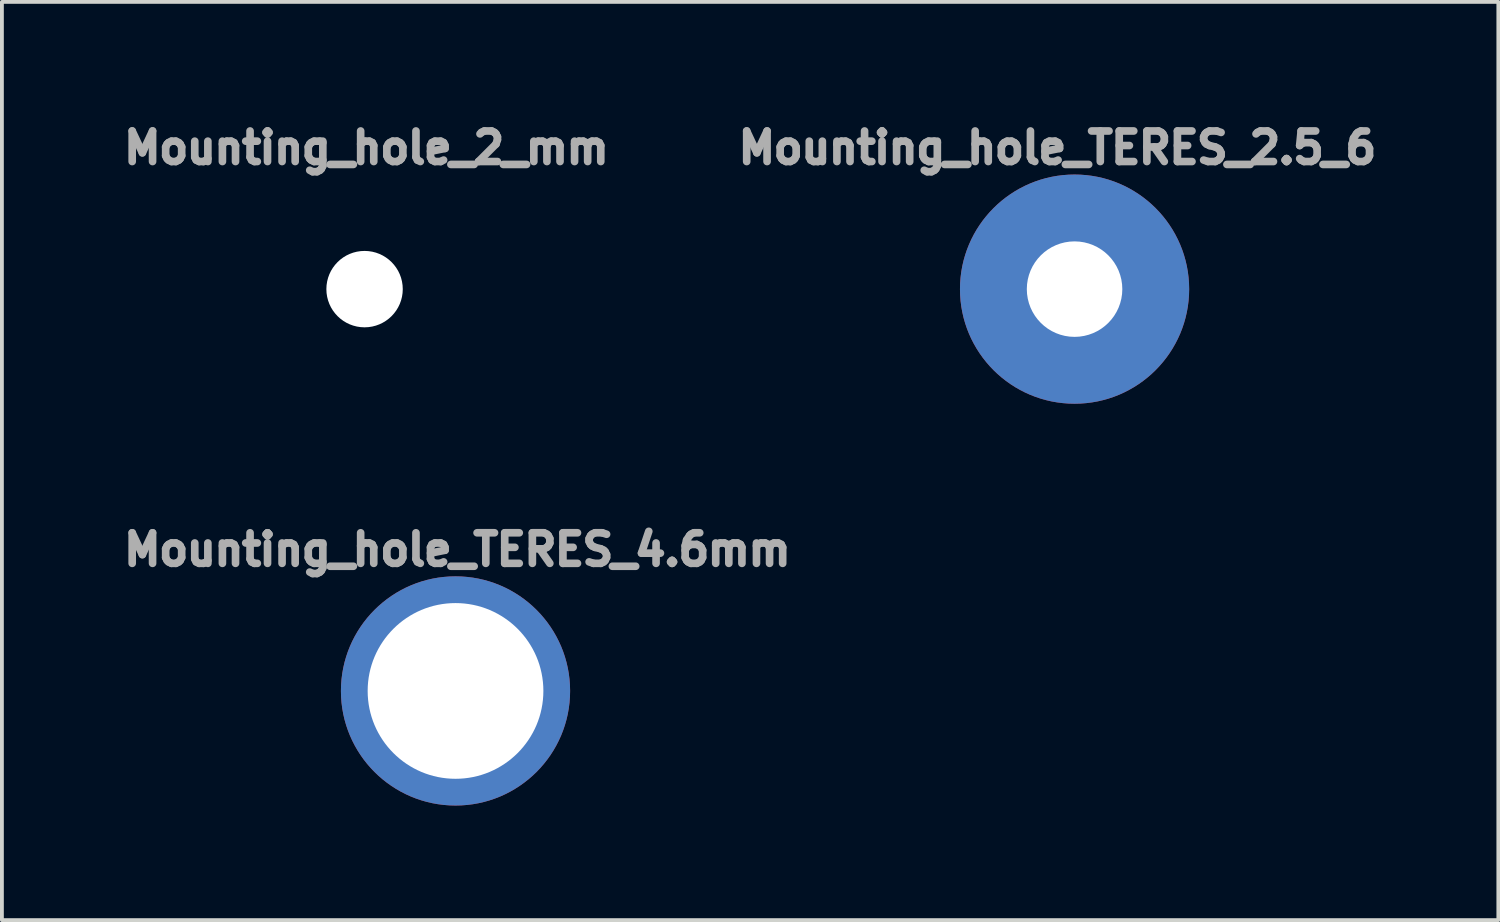
<source format=kicad_pcb>
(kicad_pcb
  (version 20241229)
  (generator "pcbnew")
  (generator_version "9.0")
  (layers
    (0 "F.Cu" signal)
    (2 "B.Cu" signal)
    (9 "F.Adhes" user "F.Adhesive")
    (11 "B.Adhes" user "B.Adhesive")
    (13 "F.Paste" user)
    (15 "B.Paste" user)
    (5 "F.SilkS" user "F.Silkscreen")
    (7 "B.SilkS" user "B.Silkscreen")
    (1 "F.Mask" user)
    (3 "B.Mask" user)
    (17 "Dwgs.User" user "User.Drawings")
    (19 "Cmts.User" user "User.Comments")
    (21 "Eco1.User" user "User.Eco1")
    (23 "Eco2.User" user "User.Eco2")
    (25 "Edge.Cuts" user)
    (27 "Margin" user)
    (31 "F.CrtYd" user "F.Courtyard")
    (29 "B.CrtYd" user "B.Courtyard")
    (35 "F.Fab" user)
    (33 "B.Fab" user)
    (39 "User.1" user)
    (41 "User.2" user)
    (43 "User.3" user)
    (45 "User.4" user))
  (footprint "Mounting_hole_2_mm"
    (layer "F.Cu")
    (at 6.494 4.519)
    (property "Reference" "Mounting_hole_2_mm" (at 0.05 -3.7 0) (layer "F.Fab") (effects (font (size 0.8 0.8) (thickness 0.2))))
    (attr through_hole)
    (pad "" np_thru_hole circle (at 0 0) (size 2 2) (drill 2) (layers "*.Cu" "*.Mask")))
  (footprint "Mounting_hole_TERES_2.5_6"
    (layer "F.Cu")
    (at 24.581 4.519)
    (property "Reference" "Mounting_hole_TERES_2.5_6" (at 0.05 -3.7 0) (layer "F.Fab") (effects (font (size 0.8 0.8) (thickness 0.2))))
    (attr through_hole)
    (pad "" thru_hole circle (at 0.5 0) (size 6 6) (drill 2.5) (layers "*.Cu" "*.Mask")))
  (footprint "Mounting_hole_TERES_4.6mm"
    (layer "F.Cu")
    (at 8.875 15.038)
    (property "Reference" "Mounting_hole_TERES_4.6mm" (at 0.05 -3.7 0) (layer "F.Fab") (effects (font (size 0.8 0.8) (thickness 0.2))))
    (attr through_hole)
    (pad "" thru_hole circle (at 0 0) (size 6 6) (drill 4.6) (layers "*.Cu" "*.Mask")))
  (gr_rect
    (start -3 -3)
    (end 36.175 21.038)
    (stroke (width 0.1) (type default))
    (fill no)
    (layer "Edge.Cuts")))
</source>
